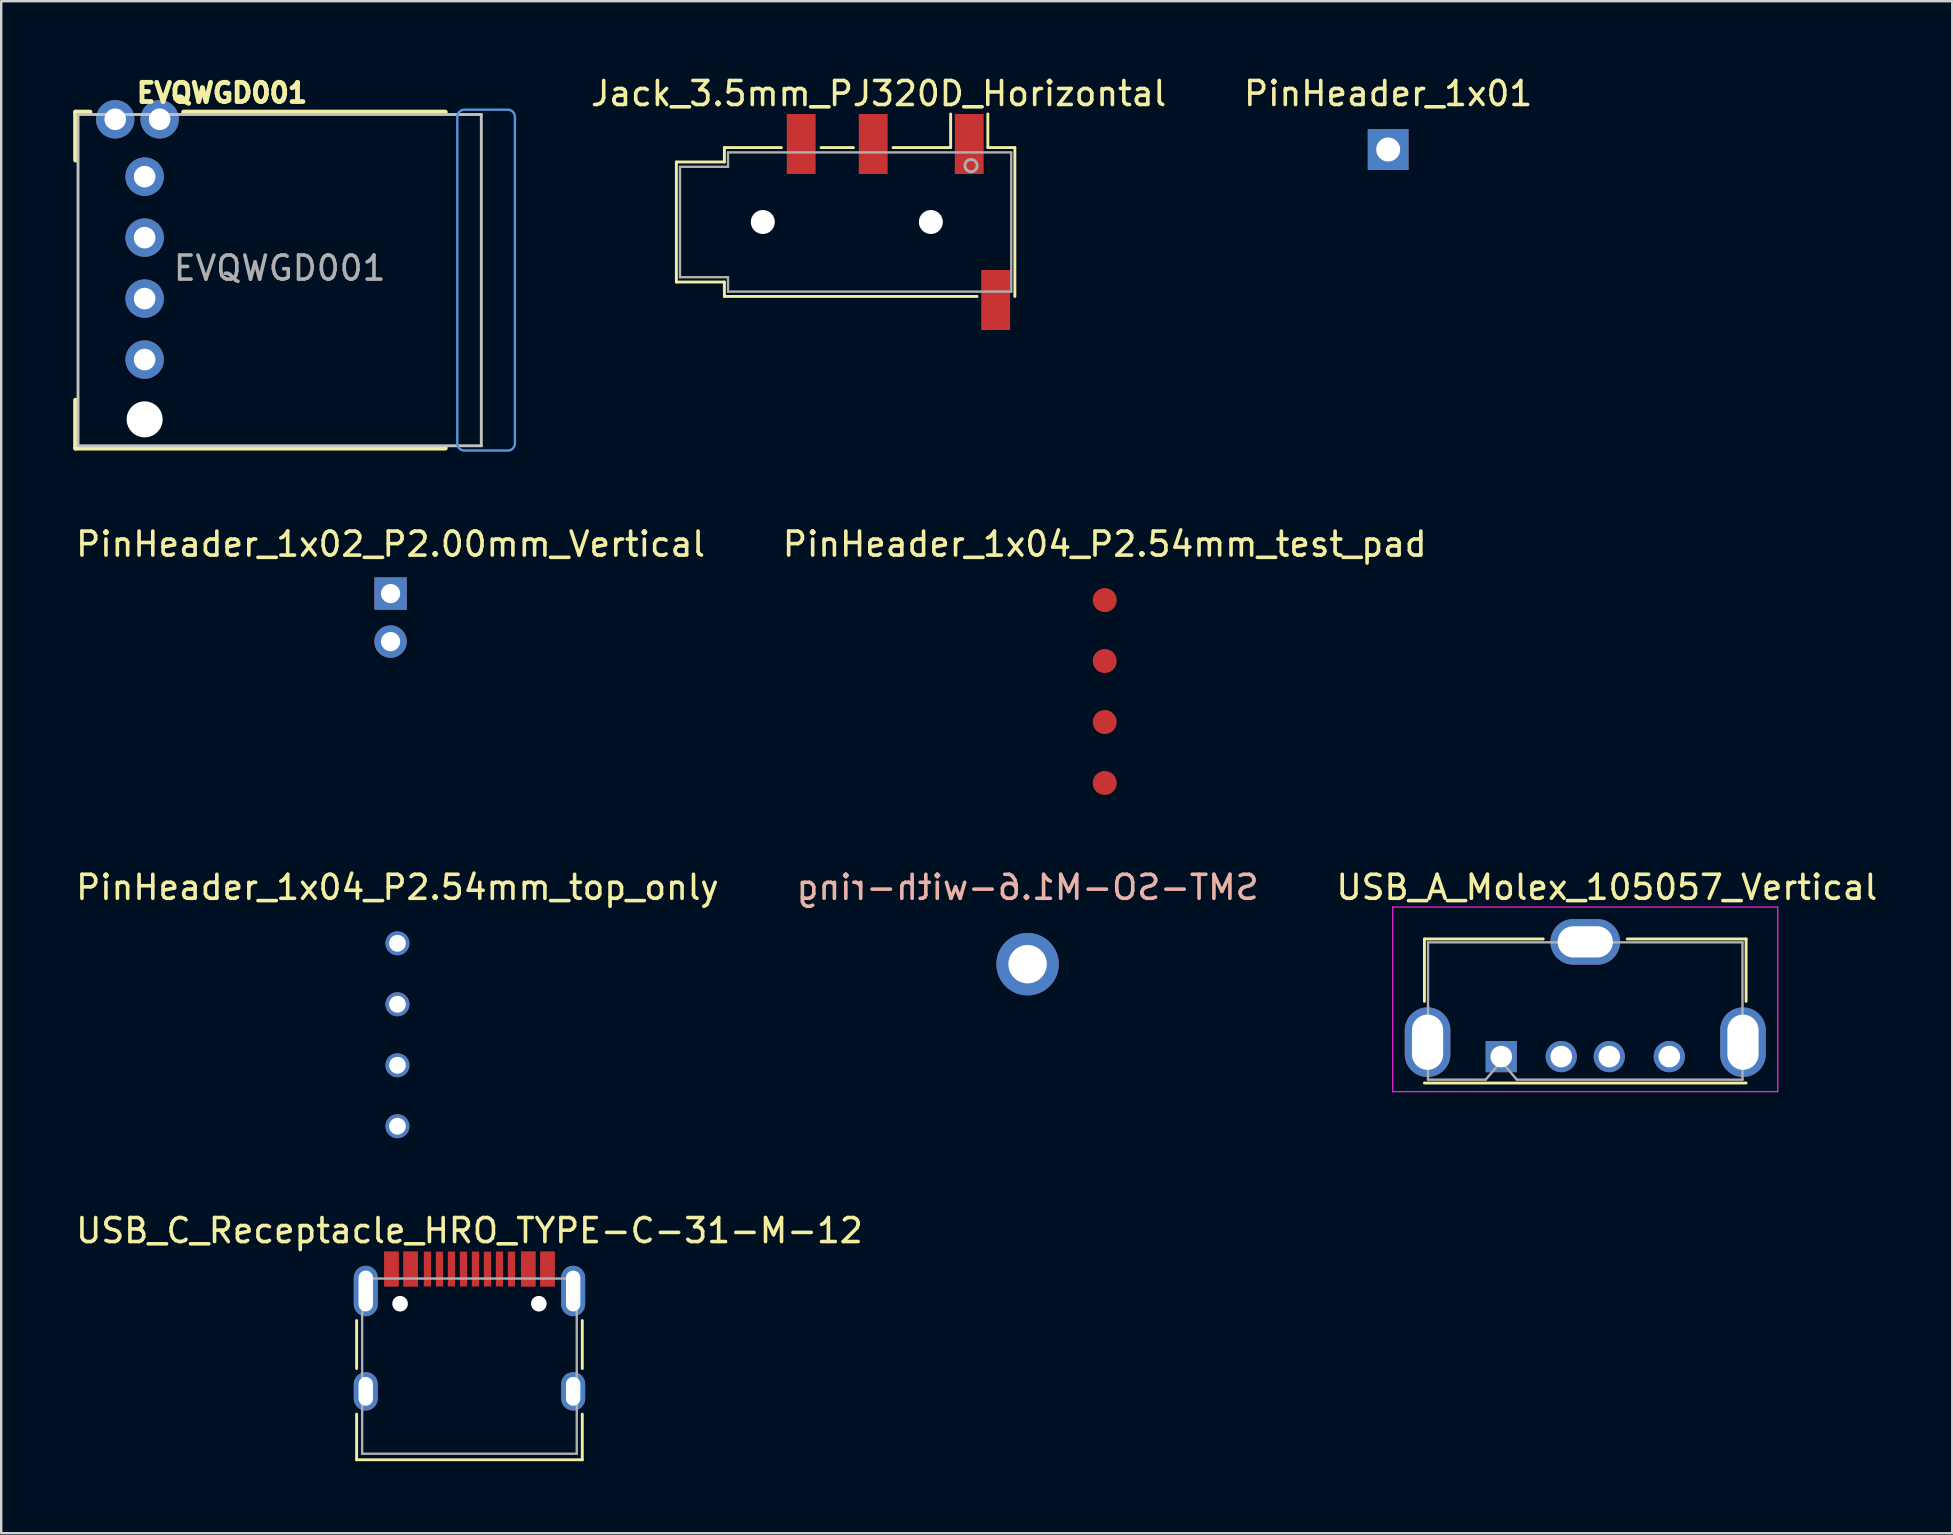
<source format=kicad_pcb>
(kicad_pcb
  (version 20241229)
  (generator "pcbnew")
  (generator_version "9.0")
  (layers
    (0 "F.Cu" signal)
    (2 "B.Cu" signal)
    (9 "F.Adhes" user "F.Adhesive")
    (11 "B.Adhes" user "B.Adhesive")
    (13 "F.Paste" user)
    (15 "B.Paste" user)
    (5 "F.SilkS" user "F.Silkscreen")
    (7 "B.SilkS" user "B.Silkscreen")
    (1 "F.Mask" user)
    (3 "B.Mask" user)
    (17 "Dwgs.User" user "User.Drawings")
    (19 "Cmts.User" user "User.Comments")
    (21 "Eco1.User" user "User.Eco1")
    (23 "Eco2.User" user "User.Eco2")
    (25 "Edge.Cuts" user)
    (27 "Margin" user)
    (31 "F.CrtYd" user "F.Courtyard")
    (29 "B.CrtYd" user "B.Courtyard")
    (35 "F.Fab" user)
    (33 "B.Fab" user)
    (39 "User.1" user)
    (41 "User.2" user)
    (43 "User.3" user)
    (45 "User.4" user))
  (footprint "USB_C_Receptacle_HRO_TYPE-C-31-M-12"
    (layer "F.Cu")
    (at 16.506 53.859)
    (property "Reference" "USB_C_Receptacle_HRO_TYPE-C-31-M-12" (at 0 -5.645 180) (layer "F.SilkS") (effects (font (size 1 1) (thickness 0.15))))
    (attr smd)
    (fp_line (start -4.7 -1.9) (end -4.7 0.1) (stroke (width 0.12) (type solid)) (layer "F.SilkS"))
    (fp_line (start -4.7 2) (end -4.7 3.9) (stroke (width 0.12) (type solid)) (layer "F.SilkS"))
    (fp_line (start -4.7 3.9) (end 4.7 3.9) (stroke (width 0.12) (type solid)) (layer "F.SilkS"))
    (fp_line (start 4.7 -1.9) (end 4.7 0.1) (stroke (width 0.12) (type solid)) (layer "F.SilkS"))
    (fp_line (start 4.7 2) (end 4.7 3.9) (stroke (width 0.12) (type solid)) (layer "F.SilkS"))
    (fp_line (start -4.47 -3.65) (end -4.47 3.65) (stroke (width 0.1) (type solid)) (layer "F.Fab"))
    (fp_line (start -4.47 -3.65) (end 4.47 -3.65) (stroke (width 0.1) (type solid)) (layer "F.Fab"))
    (fp_line (start -4.47 3.65) (end 4.47 3.65) (stroke (width 0.1) (type solid)) (layer "F.Fab"))
    (fp_line (start 4.47 -3.65) (end 4.47 3.65) (stroke (width 0.1) (type solid)) (layer "F.Fab"))
    (pad "" np_thru_hole circle (at -2.89 -2.6) (size 0.65 0.65) (drill 0.65) (layers "*.Cu" "*.Mask"))
    (pad "" np_thru_hole circle (at 2.89 -2.6) (size 0.65 0.65) (drill 0.65) (layers "*.Cu" "*.Mask"))
    (pad "A1" smd rect (at -3.25 -4.045) (size 0.6 1.45) (layers "F.Cu" "F.Mask" "F.Paste"))
    (pad "A4" smd rect (at -2.45 -4.045) (size 0.6 1.45) (layers "F.Cu" "F.Mask" "F.Paste"))
    (pad "A5" smd rect (at -1.25 -4.045) (size 0.3 1.45) (layers "F.Cu" "F.Mask" "F.Paste"))
    (pad "A6" smd rect (at -0.25 -4.045) (size 0.3 1.45) (layers "F.Cu" "F.Mask" "F.Paste"))
    (pad "A7" smd rect (at 0.25 -4.045) (size 0.3 1.45) (layers "F.Cu" "F.Mask" "F.Paste"))
    (pad "A8" smd rect (at 1.25 -4.045) (size 0.3 1.45) (layers "F.Cu" "F.Mask" "F.Paste"))
    (pad "A9" smd rect (at 2.45 -4.045) (size 0.6 1.45) (layers "F.Cu" "F.Mask" "F.Paste"))
    (pad "A12" smd rect (at 3.25 -4.045) (size 0.6 1.45) (layers "F.Cu" "F.Mask" "F.Paste"))
    (pad "B1" smd rect (at 3.25 -4.045) (size 0.6 1.45) (layers "F.Cu" "F.Mask" "F.Paste"))
    (pad "B4" smd rect (at 2.45 -4.045) (size 0.6 1.45) (layers "F.Cu" "F.Mask" "F.Paste"))
    (pad "B5" smd rect (at 1.75 -4.045) (size 0.3 1.45) (layers "F.Cu" "F.Mask" "F.Paste"))
    (pad "B6" smd rect (at 0.75 -4.045) (size 0.3 1.45) (layers "F.Cu" "F.Mask" "F.Paste"))
    (pad "B7" smd rect (at -0.75 -4.045) (size 0.3 1.45) (layers "F.Cu" "F.Mask" "F.Paste"))
    (pad "B8" smd rect (at -1.75 -4.045) (size 0.3 1.45) (layers "F.Cu" "F.Mask" "F.Paste"))
    (pad "B9" smd rect (at -2.45 -4.045) (size 0.6 1.45) (layers "F.Cu" "F.Mask" "F.Paste"))
    (pad "B12" smd rect (at -3.25 -4.045) (size 0.6 1.45) (layers "F.Cu" "F.Mask" "F.Paste"))
    (pad "S1" thru_hole oval (at -4.32 -3.13) (size 1 2.1) (drill oval 0.6 1.7) (layers "*.Cu" "*.Paste" "*.Mask"))
    (pad "S2" thru_hole oval (at 4.32 -3.13) (size 1 2.1) (drill oval 0.6 1.7) (layers "*.Cu" "*.Paste" "*.Mask"))
    (pad "S3" thru_hole oval (at -4.32 1.05) (size 1 1.6) (drill oval 0.6 1.2) (layers "*.Cu" "*.Paste" "*.Mask"))
    (pad "S4" thru_hole oval (at 4.32 1.05) (size 1 1.6) (drill oval 0.6 1.2) (layers "*.Cu" "*.Paste" "*.Mask"))
    (zone (net_name "") (layers "F.Cu" "B.Cu") (hatch edge 0.5) (connect_pads) (min_thickness 0.25) (filled_areas_thickness no) (keepout (tracks allowed) (vias allowed) (pads allowed) (copperpour not_allowed) (footprints allowed)) (placement (enabled no)) (fill) (polygon (pts (xy 11.686 50.559) (xy 21.326 50.559) (xy 21.326 57.759) (xy 11.686 57.759)))))
  (footprint "USB_A_Molex_105057_Vertical"
    (layer "F.Cu")
    (at 62.987 40.965)
    (property "Reference" "USB_A_Molex_105057_Vertical" (at 0.9 -7.05 0) (layer "F.SilkS") (effects (font (size 1 1) (thickness 0.15))))
    (attr through_hole)
    (fp_line (start -6.7 -4.9) (end -6.7 -2.3) (stroke (width 0.12) (type solid)) (layer "F.SilkS"))
    (fp_line (start -6.7 -4.9) (end -1.75 -4.9) (stroke (width 0.12) (type solid)) (layer "F.SilkS"))
    (fp_line (start 6.7 -4.9) (end 1.75 -4.9) (stroke (width 0.12) (type solid)) (layer "F.SilkS"))
    (fp_line (start 6.7 -4.9) (end 6.7 -2.3) (stroke (width 0.12) (type solid)) (layer "F.SilkS"))
    (fp_line (start 6.7 1.1) (end -6.7 1.1) (stroke (width 0.12) (type solid)) (layer "F.SilkS"))
    (fp_line (start -8.02 -6.23) (end 8.02 -6.23) (stroke (width 0.05) (type solid)) (layer "F.CrtYd"))
    (fp_line (start -8.02 1.46) (end -8.02 -6.23) (stroke (width 0.05) (type solid)) (layer "F.CrtYd"))
    (fp_line (start 8.02 -6.23) (end 8.02 1.46) (stroke (width 0.05) (type solid)) (layer "F.CrtYd"))
    (fp_line (start 8.02 1.46) (end -8.02 1.46) (stroke (width 0.05) (type solid)) (layer "F.CrtYd"))
    (fp_line (start -6.55 -4.76) (end 6.55 -4.76) (stroke (width 0.1) (type solid)) (layer "F.Fab"))
    (fp_line (start -6.55 0.96) (end -6.55 -4.76) (stroke (width 0.1) (type solid)) (layer "F.Fab"))
    (fp_line (start -4.15 0.96) (end -6.55 0.96) (stroke (width 0.1) (type solid)) (layer "F.Fab"))
    (fp_line (start -4.15 0.96) (end -3.5 0.2) (stroke (width 0.1) (type solid)) (layer "F.Fab"))
    (fp_line (start -3.5 0.2) (end -2.85 0.96) (stroke (width 0.1) (type solid)) (layer "F.Fab"))
    (fp_line (start 6.55 -4.76) (end 6.55 0.96) (stroke (width 0.1) (type solid)) (layer "F.Fab"))
    (fp_line (start 6.55 0.96) (end -2.85 0.96) (stroke (width 0.1) (type solid)) (layer "F.Fab"))
    (pad "1" thru_hole rect (at -3.5 0) (size 1.3 1.3) (drill 0.9) (layers "*.Cu" "*.Mask"))
    (pad "2" thru_hole circle (at -1 0) (size 1.3 1.3) (drill 0.9) (layers "*.Cu" "*.Mask"))
    (pad "3" thru_hole circle (at 1 0) (size 1.3 1.3) (drill 0.9) (layers "*.Cu" "*.Mask"))
    (pad "4" thru_hole circle (at 3.5 0) (size 1.3 1.3) (drill 0.9) (layers "*.Cu" "*.Mask"))
    (pad "5" thru_hole oval (at 6.57 -0.6) (size 1.9 2.9) (drill oval 1.3 2.3) (layers "*.Cu" "*.Mask"))
    (pad "MP" thru_hole oval (at -6.57 -0.6 180) (size 1.9 2.9) (drill oval 1.3 2.3) (layers "*.Cu" "*.Mask"))
    (pad "MP" thru_hole oval (at 0 -4.78 90) (size 1.9 2.9) (drill oval 1.3 2.3) (layers "*.Cu" "*.Mask")))
  (footprint "Jack_3.5mm_PJ320D_Horizontal"
    (layer "F.Cu")
    (at 33.501 6.198)
    (property "Reference" "Jack_3.5mm_PJ320D_Horizontal" (at 0.05 -5.35 180) (layer "F.SilkS") (effects (font (size 1 1) (thickness 0.15))))
    (attr smd)
    (fp_line (start -8.375 -2.5) (end -8.375 2.5) (stroke (width 0.12) (type solid)) (layer "F.SilkS"))
    (fp_line (start -6.375 -3.1) (end -6.375 -2.5) (stroke (width 0.12) (type solid)) (layer "F.SilkS"))
    (fp_line (start -6.375 -3.1) (end -4 -3.1) (stroke (width 0.12) (type solid)) (layer "F.SilkS"))
    (fp_line (start -6.375 -2.5) (end -8.375 -2.5) (stroke (width 0.12) (type solid)) (layer "F.SilkS"))
    (fp_line (start -6.375 2.5) (end -8.375 2.5) (stroke (width 0.12) (type solid)) (layer "F.SilkS"))
    (fp_line (start -6.375 2.5) (end -6.375 3.1) (stroke (width 0.12) (type solid)) (layer "F.SilkS"))
    (fp_line (start -2.35 -3.1) (end -1 -3.1) (stroke (width 0.12) (type solid)) (layer "F.SilkS"))
    (fp_line (start 0.65 -3.1) (end 3.05 -3.1) (stroke (width 0.12) (type solid)) (layer "F.SilkS"))
    (fp_line (start 3.05 -3.1) (end 3.05 -4.5) (stroke (width 0.12) (type solid)) (layer "F.SilkS"))
    (fp_line (start 4.15 3.1) (end -6.375 3.1) (stroke (width 0.12) (type solid)) (layer "F.SilkS"))
    (fp_line (start 4.6 -3.1) (end 4.6 -4.5) (stroke (width 0.12) (type solid)) (layer "F.SilkS"))
    (fp_line (start 4.6 -3.1) (end 5.725 -3.1) (stroke (width 0.12) (type solid)) (layer "F.SilkS"))
    (fp_line (start 5.725 3.1) (end 5.725 -3.1) (stroke (width 0.12) (type solid)) (layer "F.SilkS"))
    (fp_line (start -8.225 -2.3) (end -6.225 -2.3) (stroke (width 0.1) (type solid)) (layer "F.Fab"))
    (fp_line (start -8.225 2.3) (end -8.225 -2.3) (stroke (width 0.1) (type solid)) (layer "F.Fab"))
    (fp_line (start -6.225 -2.9) (end 5.575 -2.9) (stroke (width 0.1) (type solid)) (layer "F.Fab"))
    (fp_line (start -6.225 -2.3) (end -6.225 -2.9) (stroke (width 0.1) (type solid)) (layer "F.Fab"))
    (fp_line (start -6.225 2.3) (end -8.225 2.3) (stroke (width 0.1) (type solid)) (layer "F.Fab"))
    (fp_line (start -6.225 2.9) (end -6.225 2.3) (stroke (width 0.1) (type solid)) (layer "F.Fab"))
    (fp_line (start 5.575 -2.9) (end 5.575 2.9) (stroke (width 0.1) (type solid)) (layer "F.Fab"))
    (fp_line (start 5.575 2.9) (end -6.225 2.9) (stroke (width 0.1) (type solid)) (layer "F.Fab"))
    (fp_circle (center 3.9 -2.35) (end 3.95 -2.1) (stroke (width 0.12) (type solid)) (fill no) (layer "F.Fab"))
    (pad "" np_thru_hole circle (at -4.775 0) (size 1 1) (drill 1) (layers "*.Cu" "*.Mask"))
    (pad "" np_thru_hole circle (at 2.225 0) (size 1 1) (drill 1) (layers "*.Cu" "*.Mask"))
    (pad "R1" smd rect (at -0.175 -3.25) (size 1.2 2.5) (layers "F.Cu" "F.Mask" "F.Paste"))
    (pad "R2" smd rect (at -3.175 -3.25) (size 1.2 2.5) (layers "F.Cu" "F.Mask" "F.Paste"))
    (pad "S" smd rect (at 4.925 3.25) (size 1.2 2.5) (layers "F.Cu" "F.Mask" "F.Paste"))
    (pad "T" smd rect (at 3.825 -3.25) (size 1.2 2.5) (layers "F.Cu" "F.Mask" "F.Paste")))
  (footprint "PinHeader_1x02_P2.00mm_Vertical"
    (layer "F.Cu")
    (at 13.22 21.677)
    (property "Reference" "PinHeader_1x02_P2.00mm_Vertical" (at 0 -2.06 0) (layer "F.SilkS") (effects (font (size 1 1) (thickness 0.15))))
    (attr through_hole)
    (pad "1" thru_hole rect (at 0 0) (size 1.35 1.35) (drill 0.8) (layers "*.Cu" "*.Mask"))
    (pad "2" thru_hole oval (at 0 2) (size 1.35 1.35) (drill 0.8) (layers "*.Cu" "*.Mask")))
  (footprint "PinHeader_1x04_P2.54mm_test_pad"
    (layer "F.Cu")
    (at 42.97 21.947)
    (property "Reference" "PinHeader_1x04_P2.54mm_test_pad" (at 0 -2.33 180) (layer "F.SilkS") (effects (font (size 1 1) (thickness 0.15))))
    (attr smd)
    (pad "1" smd circle (at 0 0) (size 1 1) (layers "F.Cu" "F.Mask" "F.Paste"))
    (pad "2" smd circle (at 0 2.54) (size 1 1) (layers "F.Cu" "F.Mask" "F.Paste"))
    (pad "3" smd circle (at 0 5.08) (size 1 1) (layers "F.Cu" "F.Mask" "F.Paste"))
    (pad "4" smd circle (at 0 7.62) (size 1 1) (layers "F.Cu" "F.Mask" "F.Paste")))
  (footprint "EVQWGD001"
    (layer "F.Cu")
    (at 8.6 8.119)
    (property "Reference" "EVQWGD001" (at 0 0 0) (layer "F.Fab") (effects (font (size 1 1) (thickness 0.15))))
    (attr through_hole)
    (fp_line (start -8.5 -6.5) (end -8.5 -4.5) (stroke (width 0.2) (type solid)) (layer "F.SilkS"))
    (fp_line (start -8.5 5.5) (end -8.5 7.5) (stroke (width 0.2) (type solid)) (layer "F.SilkS"))
    (fp_line (start -8.5 7.5) (end 6.9 7.5) (stroke (width 0.2) (type solid)) (layer "F.SilkS"))
    (fp_line (start -7.9 -6.5) (end -8.5 -6.5) (stroke (width 0.2) (type solid)) (layer "F.SilkS"))
    (fp_line (start 6.9 -6.5) (end -4 -6.5) (stroke (width 0.2) (type solid)) (layer "F.SilkS"))
    (fp_line (start -8.4 -6.4) (end 8.4 -6.4) (stroke (width 0.12) (type solid)) (layer "Dwgs.User"))
    (fp_line (start -8.4 7.4) (end -8.4 -6.4) (stroke (width 0.12) (type solid)) (layer "Dwgs.User"))
    (fp_line (start 8.4 -6.4) (end 8.4 7.4) (stroke (width 0.12) (type solid)) (layer "Dwgs.User"))
    (fp_line (start 8.4 7.4) (end -8.4 7.4) (stroke (width 0.12) (type solid)) (layer "Dwgs.User"))
    (fp_poly (pts (arc (start 7.7 7.6) (mid 7.487868 7.512132) (end 7.4 7.3)) (arc (start 7.4 -6.3) (mid 7.487868 -6.512132) (end 7.7 -6.6)) (arc (start 9.5 -6.6) (mid 9.712132 -6.512132) (end 9.8 -6.3)) (arc (start 9.8 7.3) (mid 9.712132 7.512132) (end 9.5 7.6))) (stroke (width 0.1) (type solid)) (fill no) (layer "Cmts.User"))
    (fp_text user "${REFERENCE}" (at -2.4 -7.3 0) (layer "F.SilkS") (effects (font (size 0.8 0.8) (thickness 0.2))))
    (pad "" np_thru_hole circle (at -5.625 6.3) (size 1.5 1.5) (drill 1.5) (layers "*.Cu" "*.Mask"))
    (pad "A" thru_hole circle (at -5.625 -3.81) (size 1.6 1.6) (drill 0.9) (layers "*.Cu" "*.Mask"))
    (pad "B" thru_hole circle (at -5.625 -1.27) (size 1.6 1.6) (drill 0.9) (layers "*.Cu" "*.Mask"))
    (pad "C" thru_hole circle (at -5.625 1.27) (size 1.6 1.6) (drill 0.9) (layers "*.Cu" "*.Mask"))
    (pad "D" thru_hole circle (at -5.625 3.81) (size 1.6 1.6) (drill 0.9) (layers "*.Cu" "*.Mask"))
    (pad "S1" thru_hole circle (at -6.85 -6.2) (size 1.6 1.6) (drill 0.9) (layers "*.Cu" "*.Mask"))
    (pad "S2" thru_hole circle (at -5 -6.2) (size 1.6 1.6) (drill 0.9) (layers "*.Cu" "*.Mask")))
  (footprint "PinHeader_1x01"
    (layer "F.Cu")
    (at 54.777 3.178)
    (property "Reference" "PinHeader_1x01" (at 0 -2.33 0) (layer "F.SilkS") (effects (font (size 1 1) (thickness 0.15))))
    (attr through_hole)
    (pad "1" thru_hole rect (at 0 0) (size 1.7 1.7) (drill 1) (layers "*.Cu" "*.Mask")))
  (footprint "PinHeader_1x04_P2.54mm_top_only"
    (layer "F.Cu")
    (at 13.506 36.245)
    (property "Reference" "PinHeader_1x04_P2.54mm_top_only" (at 0 -2.33 180) (layer "F.SilkS") (effects (font (size 1 1) (thickness 0.15))))
    (attr through_hole)
    (pad "1" thru_hole circle (at 0 0) (size 1 1) (drill 0.7) (layers "*.Cu" "*.Mask"))
    (pad "2" thru_hole circle (at 0 2.54) (size 1 1) (drill 0.7) (layers "*.Cu" "*.Mask"))
    (pad "3" thru_hole circle (at 0 5.08) (size 1 1) (drill 0.7) (layers "*.Cu" "*.Mask"))
    (pad "4" thru_hole circle (at 0 7.62) (size 1 1) (drill 0.7) (layers "*.Cu" "*.Mask")))
  (footprint "SMT-SO-M1.6-with-ring"
    (layer "F.Cu")
    (at 39.756 37.115)
    (property "Reference" "SMT-SO-M1.6-with-ring" (at 0 -3.2 0) (layer "B.SilkS") (effects (font (size 1 1) (thickness 0.15)) (justify mirror)))
    (attr exclude_from_pos_files)
    (pad "1" thru_hole circle (at 0 0) (size 2.6 2.6) (drill 1.6) (layers "*.Cu" "*.Mask")))
  (gr_rect
    (start -3 -3)
    (end 78.274 60.819)
    (stroke (width 0.1) (type default))
    (fill no)
    (layer "Edge.Cuts")))
</source>
